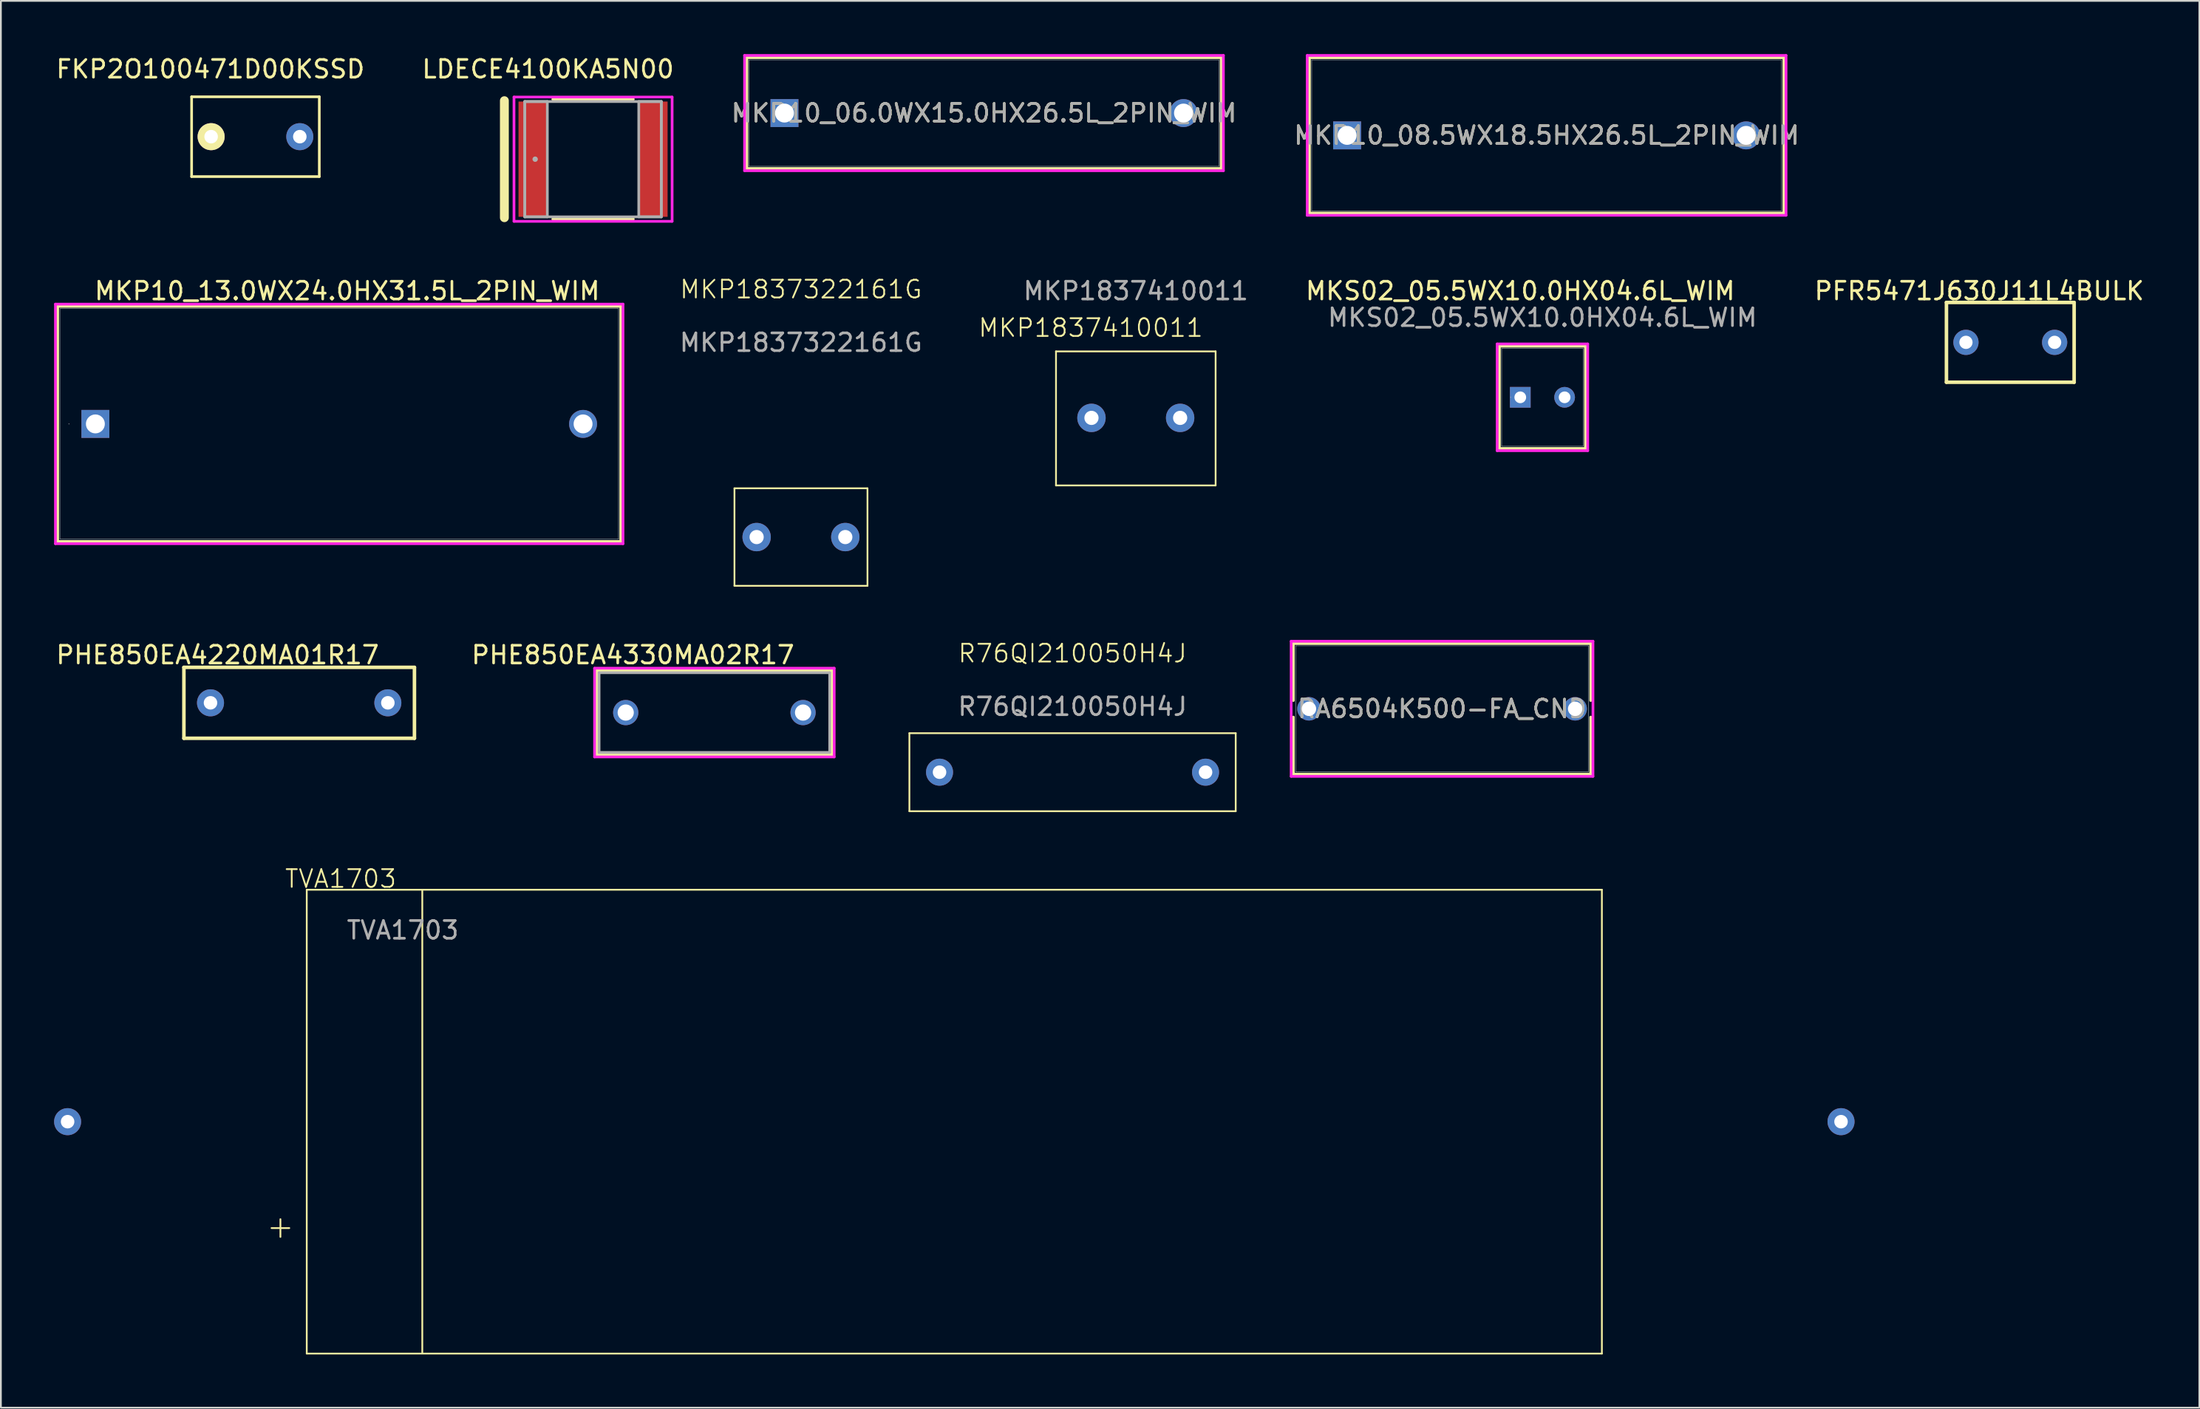
<source format=kicad_pcb>
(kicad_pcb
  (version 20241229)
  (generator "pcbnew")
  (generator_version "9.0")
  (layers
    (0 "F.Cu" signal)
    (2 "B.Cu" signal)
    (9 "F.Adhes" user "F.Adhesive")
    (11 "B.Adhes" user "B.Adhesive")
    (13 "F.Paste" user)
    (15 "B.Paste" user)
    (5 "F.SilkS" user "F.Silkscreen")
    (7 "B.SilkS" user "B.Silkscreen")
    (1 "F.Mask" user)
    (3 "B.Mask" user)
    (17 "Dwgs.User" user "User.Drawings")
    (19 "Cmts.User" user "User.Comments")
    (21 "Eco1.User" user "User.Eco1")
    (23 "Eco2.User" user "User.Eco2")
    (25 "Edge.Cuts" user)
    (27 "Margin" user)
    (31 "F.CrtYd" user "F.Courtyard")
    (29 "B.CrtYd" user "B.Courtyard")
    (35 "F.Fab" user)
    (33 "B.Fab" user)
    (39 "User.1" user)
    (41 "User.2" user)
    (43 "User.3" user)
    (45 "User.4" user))
  (footprint "R76QI210050H4J"
    (layer "F.Cu")
    (at 57.429 40.501)
    (property "Reference" "R76QI210050H4J" (at 0 -6.7 0) (unlocked yes) (layer "F.SilkS") (effects (font (size 1 1) (thickness 0.1))))
    (attr through_hole)
    (fp_line (start -9.2 -2.2) (end -9.2 2.2) (stroke (width 0.1) (type default)) (layer "F.SilkS"))
    (fp_line (start -9.2 -2.2) (end 9.2 -2.2) (stroke (width 0.1) (type default)) (layer "F.SilkS"))
    (fp_line (start -9.2 2.2) (end 9.2 2.2) (stroke (width 0.1) (type default)) (layer "F.SilkS"))
    (fp_line (start 9.2 -2.2) (end 9.2 2.2) (stroke (width 0.1) (type default)) (layer "F.SilkS"))
    (fp_text user "${REFERENCE}" (at 0 -3.7 0) (unlocked yes) (layer "F.Fab") (effects (font (size 1 1) (thickness 0.15))))
    (pad "1" thru_hole circle (at -7.5 0) (size 1.524 1.524) (drill 0.762) (layers "*.Cu" "*.Mask"))
    (pad "2" thru_hole circle (at 7.5 0) (size 1.524 1.524) (drill 0.762) (layers "*.Cu" "*.Mask")))
  (footprint "MKP1837322161G"
    (layer "F.Cu")
    (at 42.115 27.24)
    (property "Reference" "MKP1837322161G" (at 0 -13.97 0) (unlocked yes) (layer "F.SilkS") (effects (font (size 1 1) (thickness 0.1))))
    (attr through_hole)
    (fp_line (start -3.75 -2.75) (end -3.75 2.75) (stroke (width 0.1) (type default)) (layer "F.SilkS"))
    (fp_line (start -3.75 -2.75) (end 3.75 -2.75) (stroke (width 0.1) (type default)) (layer "F.SilkS"))
    (fp_line (start -3.75 2.75) (end 3.75 2.75) (stroke (width 0.1) (type default)) (layer "F.SilkS"))
    (fp_line (start 3.75 -2.75) (end 3.75 2.75) (stroke (width 0.1) (type default)) (layer "F.SilkS"))
    (fp_text user "${REFERENCE}" (at 0 -10.97 0) (unlocked yes) (layer "F.Fab") (effects (font (size 1 1) (thickness 0.15))))
    (pad "1" thru_hole circle (at -2.5 0) (size 1.6 1.6) (drill 0.8) (layers "*.Cu" "*.Mask"))
    (pad "2" thru_hole circle (at 2.5 0) (size 1.6 1.6) (drill 0.8) (layers "*.Cu" "*.Mask")))
  (footprint "TVA1703"
    (layer "F.Cu")
    (at 50.762 60.211)
    (property "Reference" "TVA1703" (at -34.6 -13.7 0) (unlocked yes) (layer "F.SilkS") (effects (font (size 1 1) (thickness 0.1))))
    (attr through_hole)
    (fp_line (start -38.5 6) (end -37.5 6) (stroke (width 0.1) (type default)) (layer "F.SilkS"))
    (fp_line (start -38 5.5) (end -38 6.5) (stroke (width 0.1) (type default)) (layer "F.SilkS"))
    (fp_line (start -36.515 -13.08) (end -36.515 13.08) (stroke (width 0.1) (type default)) (layer "F.SilkS"))
    (fp_line (start -36.515 -13.08) (end 36.515 -13.08) (stroke (width 0.1) (type default)) (layer "F.SilkS"))
    (fp_line (start -36.515 13.08) (end 36.515 13.08) (stroke (width 0.1) (type default)) (layer "F.SilkS"))
    (fp_line (start -30 13.05) (end -30 -13.05) (stroke (width 0.1) (type default)) (layer "F.SilkS"))
    (fp_line (start 36.515 -13.08) (end 36.515 13.08) (stroke (width 0.1) (type default)) (layer "F.SilkS"))
    (fp_text user "${REFERENCE}" (at -31.1 -10.8 0) (unlocked yes) (layer "F.Fab") (effects (font (size 1 1) (thickness 0.15))))
    (pad "1" thru_hole circle (at -50 0) (size 1.524 1.524) (drill 0.762) (layers "*.Cu" "*.Mask"))
    (pad "2" thru_hole circle (at 50 0) (size 1.524 1.524) (drill 0.762) (layers "*.Cu" "*.Mask")))
  (footprint "RA6504K500-FA_CND"
    (layer "F.Cu")
    (at 70.759 36.926)
    (property "Reference" "RA6504K500-FA_CND" (at 7.506 0 0) (unlocked yes) (layer "F.SilkS") (effects (font (size 1 1) (thickness 0.15))))
    (attr through_hole)
    (fp_line (start -0.876 -3.683) (end -0.876 -0.467) (stroke (width 0.152) (type solid)) (layer "F.SilkS"))
    (fp_line (start -0.876 0.467) (end -0.876 3.683) (stroke (width 0.152) (type solid)) (layer "F.SilkS"))
    (fp_line (start 15.888 -3.683) (end -0.876 -3.683) (stroke (width 0.152) (type solid)) (layer "F.SilkS"))
    (fp_line (start 15.888 -3.683) (end 15.888 -0.467) (stroke (width 0.152) (type solid)) (layer "F.SilkS"))
    (fp_line (start 15.888 0.467) (end 15.888 3.683) (stroke (width 0.152) (type solid)) (layer "F.SilkS"))
    (fp_line (start 15.888 3.683) (end -0.876 3.683) (stroke (width 0.152) (type solid)) (layer "F.SilkS"))
    (fp_line (start -1.003 -3.81) (end 16.015 -3.81) (stroke (width 0.152) (type solid)) (layer "F.CrtYd"))
    (fp_line (start -1.003 3.81) (end -1.003 -3.81) (stroke (width 0.152) (type solid)) (layer "F.CrtYd"))
    (fp_line (start 16.015 -3.81) (end 16.015 3.81) (stroke (width 0.152) (type solid)) (layer "F.CrtYd"))
    (fp_line (start 16.015 3.81) (end -1.003 3.81) (stroke (width 0.152) (type solid)) (layer "F.CrtYd"))
    (fp_line (start -0.749 -3.556) (end -0.749 3.556) (stroke (width 0.025) (type solid)) (layer "F.Fab"))
    (fp_line (start 15.761 -3.556) (end -0.749 -3.556) (stroke (width 0.025) (type solid)) (layer "F.Fab"))
    (fp_line (start 15.761 -3.556) (end 15.761 3.556) (stroke (width 0.025) (type solid)) (layer "F.Fab"))
    (fp_line (start 15.761 3.556) (end -0.749 3.556) (stroke (width 0.025) (type solid)) (layer "F.Fab"))
    (fp_circle (center -0.241 0) (end -0.241 0) (stroke (width 0.025) (type solid)) (fill no) (layer "F.Fab"))
    (fp_text user "${REFERENCE}" (at 7.506 0 0) (unlocked yes) (layer "F.Fab") (effects (font (size 1 1) (thickness 0.15))))
    (pad "1" thru_hole circle (at 0 0) (size 1.321 1.321) (drill 0.813) (layers "*.Cu" "*.Mask"))
    (pad "2" thru_hole circle (at 15.011 0) (size 1.321 1.321) (drill 0.813) (layers "*.Cu" "*.Mask")))
  (footprint "PFR5471J630J11L4BULK"
    (layer "F.Cu")
    (at 110.306 16.258)
    (property "Reference" "PFR5471J630J11L4BULK" (at -1.75 -2.9 0) (layer "F.SilkS") (effects (font (size 1 1) (thickness 0.15))))
    (attr through_hole)
    (fp_line (start -3.6 -2.25) (end -3.6 2.25) (stroke (width 0.2) (type solid)) (layer "F.SilkS"))
    (fp_line (start -3.6 -2.25) (end 3.6 -2.25) (stroke (width 0.2) (type solid)) (layer "F.SilkS"))
    (fp_line (start -3.6 2.25) (end 3.6 2.25) (stroke (width 0.2) (type solid)) (layer "F.SilkS"))
    (fp_line (start 3.6 -2.25) (end 3.6 2.25) (stroke (width 0.2) (type solid)) (layer "F.SilkS"))
    (pad "1" thru_hole circle (at -2.5 0) (size 1.422 1.422) (drill 0.746) (layers "*.Cu" "*.Mask"))
    (pad "2" thru_hole circle (at 2.5 0) (size 1.422 1.422) (drill 0.746) (layers "*.Cu" "*.Mask")))
  (footprint "FKP2O100471D00KSSD"
    (layer "F.Cu")
    (at 11.355 4.658)
    (property "Reference" "FKP2O100471D00KSSD" (at -2.54 -3.81 0) (layer "F.SilkS") (effects (font (size 1 1) (thickness 0.15))))
    (attr through_hole)
    (fp_line (start -3.6 -2.25) (end -3.6 2.25) (stroke (width 0.15) (type solid)) (layer "F.SilkS"))
    (fp_line (start -3.6 -2.25) (end 3.6 -2.25) (stroke (width 0.15) (type solid)) (layer "F.SilkS"))
    (fp_line (start -3.6 2.25) (end 3.6 2.25) (stroke (width 0.15) (type solid)) (layer "F.SilkS"))
    (fp_line (start 3.6 -2.25) (end 3.6 2.25) (stroke (width 0.15) (type solid)) (layer "F.SilkS"))
    (pad "1" thru_hole circle (at -2.5 0) (size 1.524 1.524) (drill 0.762) (layers "*.Cu" "*.Mask" "F.SilkS"))
    (pad "2" thru_hole circle (at 2.5 0) (size 1.524 1.524) (drill 0.762) (layers "*.Cu" "*.Mask")))
  (footprint "MKP10_13.0WX24.0HX31.5L_2PIN_WIM"
    (layer "F.Cu")
    (at 2.328 20.858)
    (property "Reference" "MKP10_13.0WX24.0HX31.5L_2PIN_WIM" (at 14.2 -7.5 0) (unlocked yes) (layer "F.SilkS") (effects (font (size 1 1) (thickness 0.15))))
    (attr through_hole)
    (fp_line (start -2.125 -6.629) (end -2.125 6.629) (stroke (width 0.152) (type solid)) (layer "F.SilkS"))
    (fp_line (start 29.625 -6.629) (end -2.125 -6.629) (stroke (width 0.152) (type solid)) (layer "F.SilkS"))
    (fp_line (start 29.625 -6.629) (end 29.625 6.629) (stroke (width 0.152) (type solid)) (layer "F.SilkS"))
    (fp_line (start 29.625 6.629) (end -2.125 6.629) (stroke (width 0.152) (type solid)) (layer "F.SilkS"))
    (fp_line (start -2.252 -6.756) (end 29.752 -6.756) (stroke (width 0.152) (type solid)) (layer "F.CrtYd"))
    (fp_line (start -2.252 6.756) (end -2.252 -6.756) (stroke (width 0.152) (type solid)) (layer "F.CrtYd"))
    (fp_line (start 29.752 -6.756) (end 29.752 6.756) (stroke (width 0.152) (type solid)) (layer "F.CrtYd"))
    (fp_line (start 29.752 6.756) (end -2.252 6.756) (stroke (width 0.152) (type solid)) (layer "F.CrtYd"))
    (fp_line (start -1.998 -6.502) (end -1.998 6.502) (stroke (width 0.025) (type solid)) (layer "F.Fab"))
    (fp_line (start 29.498 -6.502) (end -1.998 -6.502) (stroke (width 0.025) (type solid)) (layer "F.Fab"))
    (fp_line (start 29.498 -6.502) (end 29.498 6.502) (stroke (width 0.025) (type solid)) (layer "F.Fab"))
    (fp_line (start 29.498 6.502) (end -1.998 6.502) (stroke (width 0.025) (type solid)) (layer "F.Fab"))
    (fp_circle (center -1.49 0) (end -1.49 0) (stroke (width 0.025) (type solid)) (fill no) (layer "F.Fab"))
    (pad "1" thru_hole rect (at 0 0) (size 1.575 1.575) (drill 1.067) (layers "*.Cu" "*.Mask"))
    (pad "2" thru_hole circle (at 27.5 0) (size 1.575 1.575) (drill 1.067) (layers "*.Cu" "*.Mask")))
  (footprint "LDECE4100KA5N00"
    (layer "F.Cu")
    (at 30.391 5.928)
    (property "Reference" "LDECE4100KA5N00" (at -2.54 -5.08 0) (layer "F.SilkS") (effects (font (size 1 1) (thickness 0.15))))
    (attr through_hole)
    (fp_line (start -5 -3.3) (end -5 3.3) (stroke (width 0.5) (type solid)) (layer "F.SilkS"))
    (fp_line (start -2.271 3.378) (end 2.271 3.378) (stroke (width 0.152) (type solid)) (layer "F.SilkS"))
    (fp_line (start 2.271 -3.378) (end -2.271 -3.378) (stroke (width 0.152) (type solid)) (layer "F.SilkS"))
    (fp_line (start -4.458 -3.505) (end 4.458 -3.505) (stroke (width 0.152) (type solid)) (layer "F.CrtYd"))
    (fp_line (start -4.458 3.505) (end -4.458 -3.505) (stroke (width 0.152) (type solid)) (layer "F.CrtYd"))
    (fp_line (start 4.458 -3.505) (end 4.458 3.505) (stroke (width 0.152) (type solid)) (layer "F.CrtYd"))
    (fp_line (start 4.458 3.505) (end -4.458 3.505) (stroke (width 0.152) (type solid)) (layer "F.CrtYd"))
    (fp_line (start -3.848 -3.251) (end -3.848 3.251) (stroke (width 0.152) (type solid)) (layer "F.Fab"))
    (fp_line (start -3.848 -3.251) (end -3.848 3.251) (stroke (width 0.152) (type solid)) (layer "F.Fab"))
    (fp_line (start -3.848 3.251) (end -2.578 3.251) (stroke (width 0.152) (type solid)) (layer "F.Fab"))
    (fp_line (start -3.848 3.251) (end 3.848 3.251) (stroke (width 0.152) (type solid)) (layer "F.Fab"))
    (fp_line (start -2.578 -3.251) (end -3.848 -3.251) (stroke (width 0.152) (type solid)) (layer "F.Fab"))
    (fp_line (start -2.578 3.251) (end -2.578 -3.251) (stroke (width 0.152) (type solid)) (layer "F.Fab"))
    (fp_line (start 2.578 -3.251) (end 2.578 3.251) (stroke (width 0.152) (type solid)) (layer "F.Fab"))
    (fp_line (start 2.578 3.251) (end 3.848 3.251) (stroke (width 0.152) (type solid)) (layer "F.Fab"))
    (fp_line (start 3.848 -3.251) (end -3.848 -3.251) (stroke (width 0.152) (type solid)) (layer "F.Fab"))
    (fp_line (start 3.848 -3.251) (end 2.578 -3.251) (stroke (width 0.152) (type solid)) (layer "F.Fab"))
    (fp_line (start 3.848 3.251) (end 3.848 -3.251) (stroke (width 0.152) (type solid)) (layer "F.Fab"))
    (fp_line (start 3.848 3.251) (end 3.848 -3.251) (stroke (width 0.152) (type solid)) (layer "F.Fab"))
    (fp_circle (center -3.264 0) (end -3.188 0) (stroke (width 0.152) (type solid)) (fill no) (layer "F.Fab"))
    (fp_text user "Copyright 2016 Accelerated Designs. All rights reserved." (at 0 0 0) (layer "Cmts.User") (effects (font (size 0.127 0.127) (thickness 0.002))))
    (pad "1" smd rect (at -3.391 0) (size 1.626 6.502) (layers "F.Cu" "F.Mask" "F.Paste"))
    (pad "2" smd rect (at 3.391 0) (size 1.626 6.502) (layers "F.Cu" "F.Mask" "F.Paste")))
  (footprint "PHE850EA4330MA02R17"
    (layer "F.Cu")
    (at 42.44 37.138)
    (property "Reference" "PHE850EA4330MA02R17" (at -9.8 -3.25 0) (layer "F.SilkS") (effects (font (size 1 1) (thickness 0.15))))
    (attr through_hole)
    (fp_line (start -11.836 -2.375) (end -11.836 2.375) (stroke (width 0.152) (type solid)) (layer "F.SilkS"))
    (fp_line (start 1.422 -2.375) (end -11.836 -2.375) (stroke (width 0.152) (type solid)) (layer "F.SilkS"))
    (fp_line (start 1.422 -2.375) (end 1.422 2.375) (stroke (width 0.152) (type solid)) (layer "F.SilkS"))
    (fp_line (start 1.422 2.375) (end -11.836 2.375) (stroke (width 0.152) (type solid)) (layer "F.SilkS"))
    (fp_line (start -11.963 -2.502) (end 1.549 -2.502) (stroke (width 0.152) (type solid)) (layer "F.CrtYd"))
    (fp_line (start -11.963 2.502) (end -11.963 -2.502) (stroke (width 0.152) (type solid)) (layer "F.CrtYd"))
    (fp_line (start 1.549 -2.502) (end 1.549 2.502) (stroke (width 0.152) (type solid)) (layer "F.CrtYd"))
    (fp_line (start 1.549 2.502) (end -11.963 2.502) (stroke (width 0.152) (type solid)) (layer "F.CrtYd"))
    (fp_line (start -11.709 -2.248) (end -11.709 2.248) (stroke (width 0.152) (type solid)) (layer "F.Fab"))
    (fp_line (start 1.295 -2.248) (end -11.709 -2.248) (stroke (width 0.152) (type solid)) (layer "F.Fab"))
    (fp_line (start 1.295 -2.248) (end 1.295 2.248) (stroke (width 0.152) (type solid)) (layer "F.Fab"))
    (fp_line (start 1.295 2.248) (end -11.709 2.248) (stroke (width 0.152) (type solid)) (layer "F.Fab"))
    (fp_text user "Copyright 2016 Accelerated Designs. All rights reserved." (at 0 0 0) (layer "Cmts.User") (effects (font (size 0.127 0.127) (thickness 0.002))))
    (pad "1" thru_hole circle (at -10.207 0) (size 1.422 1.422) (drill 0.914) (layers "*.Cu" "*.Mask"))
    (pad "2" thru_hole circle (at -0.207 0) (size 1.422 1.422) (drill 0.914) (layers "*.Cu" "*.Mask")))
  (footprint "MKP10_06.0WX15.0HX26.5L_2PIN_WIM"
    (layer "F.Cu")
    (at 41.185 3.327)
    (property "Reference" "MKP10_06.0WX15.0HX26.5L_2PIN_WIM" (at 11.25 0 0) (unlocked yes) (layer "F.SilkS") (effects (font (size 1 1) (thickness 0.15))))
    (attr through_hole)
    (fp_line (start -2.123 -3.124) (end -2.123 3.124) (stroke (width 0.152) (type solid)) (layer "F.SilkS"))
    (fp_line (start 24.623 -3.124) (end -2.123 -3.124) (stroke (width 0.152) (type solid)) (layer "F.SilkS"))
    (fp_line (start 24.623 -3.124) (end 24.623 3.124) (stroke (width 0.152) (type solid)) (layer "F.SilkS"))
    (fp_line (start 24.623 3.124) (end -2.123 3.124) (stroke (width 0.152) (type solid)) (layer "F.SilkS"))
    (fp_line (start -2.25 -3.251) (end 24.75 -3.251) (stroke (width 0.152) (type solid)) (layer "F.CrtYd"))
    (fp_line (start -2.25 3.251) (end -2.25 -3.251) (stroke (width 0.152) (type solid)) (layer "F.CrtYd"))
    (fp_line (start 24.75 -3.251) (end 24.75 3.251) (stroke (width 0.152) (type solid)) (layer "F.CrtYd"))
    (fp_line (start 24.75 3.251) (end -2.25 3.251) (stroke (width 0.152) (type solid)) (layer "F.CrtYd"))
    (fp_line (start -1.996 -2.997) (end -1.996 2.997) (stroke (width 0.025) (type solid)) (layer "F.Fab"))
    (fp_line (start 24.496 -2.997) (end -1.996 -2.997) (stroke (width 0.025) (type solid)) (layer "F.Fab"))
    (fp_line (start 24.496 -2.997) (end 24.496 2.997) (stroke (width 0.025) (type solid)) (layer "F.Fab"))
    (fp_line (start 24.496 2.997) (end -1.996 2.997) (stroke (width 0.025) (type solid)) (layer "F.Fab"))
    (fp_circle (center -1.488 0) (end -1.488 0) (stroke (width 0.025) (type solid)) (fill no) (layer "F.Fab"))
    (fp_text user "${REFERENCE}" (at 11.25 0 0) (unlocked yes) (layer "F.Fab") (effects (font (size 1 1) (thickness 0.15))))
    (pad "1" thru_hole rect (at 0 0) (size 1.575 1.575) (drill 1.067) (layers "*.Cu" "*.Mask"))
    (pad "2" thru_hole circle (at 22.5 0) (size 1.575 1.575) (drill 1.067) (layers "*.Cu" "*.Mask")))
  (footprint "PHE850EA4220MA01R17"
    (layer "F.Cu")
    (at 13.82 36.588)
    (property "Reference" "PHE850EA4220MA01R17" (at -4.6 -2.7 0) (layer "F.SilkS") (effects (font (size 1 1) (thickness 0.15))))
    (attr through_hole)
    (fp_line (start -6.5 -2) (end -6.5 2) (stroke (width 0.2) (type solid)) (layer "F.SilkS"))
    (fp_line (start -6.5 -2) (end 6.5 -2) (stroke (width 0.2) (type solid)) (layer "F.SilkS"))
    (fp_line (start -6.5 2) (end 6.5 2) (stroke (width 0.2) (type solid)) (layer "F.SilkS"))
    (fp_line (start 6.5 -2) (end 6.5 2) (stroke (width 0.2) (type solid)) (layer "F.SilkS"))
    (pad "1" thru_hole circle (at -5 0) (size 1.524 1.524) (drill 0.762) (layers "*.Cu" "*.Mask"))
    (pad "2" thru_hole circle (at 5 0) (size 1.524 1.524) (drill 0.762) (layers "*.Cu" "*.Mask")))
  (footprint "MKP1837410011"
    (layer "F.Cu")
    (at 60.996 20.518)
    (property "Reference" "MKP1837410011" (at -2.54 -5.08 0) (unlocked yes) (layer "F.SilkS") (effects (font (size 1 1) (thickness 0.1))))
    (attr through_hole)
    (fp_line (start -4.5 -3.75) (end -4.5 3.81) (stroke (width 0.1) (type default)) (layer "F.SilkS"))
    (fp_line (start -4.5 -3.75) (end 4.5 -3.75) (stroke (width 0.1) (type default)) (layer "F.SilkS"))
    (fp_line (start -4.5 3.81) (end 4.5 3.81) (stroke (width 0.1) (type default)) (layer "F.SilkS"))
    (fp_line (start 4.5 -3.75) (end 4.5 3.81) (stroke (width 0.1) (type default)) (layer "F.SilkS"))
    (fp_text user "${REFERENCE}" (at 0 -7.16 0) (unlocked yes) (layer "F.Fab") (effects (font (size 1 1) (thickness 0.15))))
    (pad "1" thru_hole circle (at -2.5 0) (size 1.6 1.6) (drill 0.8) (layers "*.Cu" "*.Mask"))
    (pad "2" thru_hole circle (at 2.5 0) (size 1.6 1.6) (drill 0.8) (layers "*.Cu" "*.Mask")))
  (footprint "MKP10_08.5WX18.5HX26.5L_2PIN_WIM"
    (layer "F.Cu")
    (at 72.911 4.585)
    (property "Reference" "MKP10_08.5WX18.5HX26.5L_2PIN_WIM" (at 11.25 0 0) (unlocked yes) (layer "F.SilkS") (effects (font (size 1 1) (thickness 0.15))))
    (attr through_hole)
    (fp_line (start -2.123 -4.381) (end -2.123 4.381) (stroke (width 0.152) (type solid)) (layer "F.SilkS"))
    (fp_line (start 24.623 -4.381) (end -2.123 -4.381) (stroke (width 0.152) (type solid)) (layer "F.SilkS"))
    (fp_line (start 24.623 -4.381) (end 24.623 4.381) (stroke (width 0.152) (type solid)) (layer "F.SilkS"))
    (fp_line (start 24.623 4.381) (end -2.123 4.381) (stroke (width 0.152) (type solid)) (layer "F.SilkS"))
    (fp_line (start -2.25 -4.508) (end 24.75 -4.508) (stroke (width 0.152) (type solid)) (layer "F.CrtYd"))
    (fp_line (start -2.25 4.508) (end -2.25 -4.508) (stroke (width 0.152) (type solid)) (layer "F.CrtYd"))
    (fp_line (start 24.75 -4.508) (end 24.75 4.508) (stroke (width 0.152) (type solid)) (layer "F.CrtYd"))
    (fp_line (start 24.75 4.508) (end -2.25 4.508) (stroke (width 0.152) (type solid)) (layer "F.CrtYd"))
    (fp_line (start -1.996 -4.255) (end -1.996 4.255) (stroke (width 0.025) (type solid)) (layer "F.Fab"))
    (fp_line (start 24.496 -4.255) (end -1.996 -4.255) (stroke (width 0.025) (type solid)) (layer "F.Fab"))
    (fp_line (start 24.496 -4.255) (end 24.496 4.255) (stroke (width 0.025) (type solid)) (layer "F.Fab"))
    (fp_line (start 24.496 4.255) (end -1.996 4.255) (stroke (width 0.025) (type solid)) (layer "F.Fab"))
    (fp_circle (center -1.488 0) (end -1.488 0) (stroke (width 0.025) (type solid)) (fill no) (layer "F.Fab"))
    (fp_text user "${REFERENCE}" (at 11.25 0 0) (unlocked yes) (layer "F.Fab") (effects (font (size 1 1) (thickness 0.15))))
    (pad "1" thru_hole rect (at 0 0) (size 1.575 1.575) (drill 1.067) (layers "*.Cu" "*.Mask"))
    (pad "2" thru_hole circle (at 22.5 0) (size 1.575 1.575) (drill 1.067) (layers "*.Cu" "*.Mask")))
  (footprint "MKS02_05.5WX10.0HX04.6L_WIM"
    (layer "F.Cu")
    (at 82.675 19.358)
    (property "Reference" "MKS02_05.5WX10.0HX04.6L_WIM" (at 0 -6 0) (unlocked yes) (layer "F.SilkS") (effects (font (size 1 1) (thickness 0.15))))
    (attr through_hole)
    (fp_line (start -1.176 -2.883) (end -1.176 2.883) (stroke (width 0.152) (type solid)) (layer "F.SilkS"))
    (fp_line (start 3.676 -2.883) (end -1.176 -2.883) (stroke (width 0.152) (type solid)) (layer "F.SilkS"))
    (fp_line (start 3.676 -2.883) (end 3.676 2.883) (stroke (width 0.152) (type solid)) (layer "F.SilkS"))
    (fp_line (start 3.676 2.883) (end -1.176 2.883) (stroke (width 0.152) (type solid)) (layer "F.SilkS"))
    (fp_line (start -1.303 -3.01) (end 3.803 -3.01) (stroke (width 0.152) (type solid)) (layer "F.CrtYd"))
    (fp_line (start -1.303 3.01) (end -1.303 -3.01) (stroke (width 0.152) (type solid)) (layer "F.CrtYd"))
    (fp_line (start 3.803 -3.01) (end 3.803 3.01) (stroke (width 0.152) (type solid)) (layer "F.CrtYd"))
    (fp_line (start 3.803 3.01) (end -1.303 3.01) (stroke (width 0.152) (type solid)) (layer "F.CrtYd"))
    (fp_line (start -1.049 -2.756) (end -1.049 2.756) (stroke (width 0.025) (type solid)) (layer "F.Fab"))
    (fp_line (start 3.549 -2.756) (end -1.049 -2.756) (stroke (width 0.025) (type solid)) (layer "F.Fab"))
    (fp_line (start 3.549 -2.756) (end 3.549 2.756) (stroke (width 0.025) (type solid)) (layer "F.Fab"))
    (fp_line (start 3.549 2.756) (end -1.049 2.756) (stroke (width 0.025) (type solid)) (layer "F.Fab"))
    (fp_circle (center -0.541 0) (end -0.541 0) (stroke (width 0.025) (type solid)) (fill no) (layer "F.Fab"))
    (fp_text user "${REFERENCE}" (at 1.25 -4.5 0) (unlocked yes) (layer "F.Fab") (effects (font (size 1 1) (thickness 0.15))))
    (pad "1" thru_hole rect (at 0 0) (size 1.168 1.168) (drill 0.66) (layers "*.Cu" "*.Mask"))
    (pad "2" thru_hole circle (at 2.5 0) (size 1.168 1.168) (drill 0.66) (layers "*.Cu" "*.Mask")))
  (gr_rect
    (start -3 -3)
    (end 120.967 76.341)
    (stroke (width 0.1) (type default))
    (fill no)
    (layer "Edge.Cuts")))
</source>
